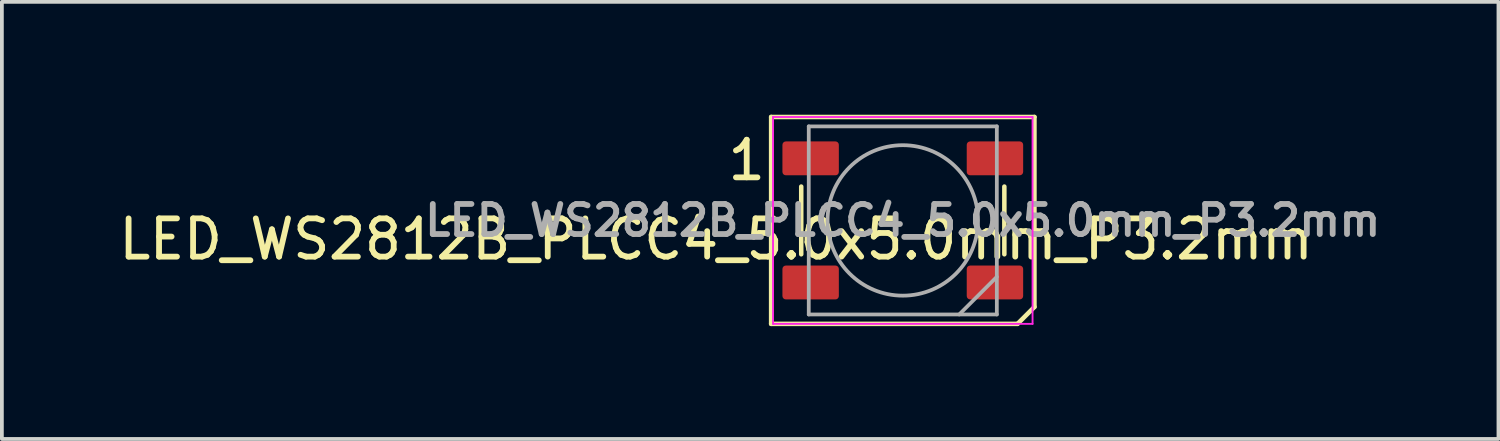
<source format=kicad_pcb>
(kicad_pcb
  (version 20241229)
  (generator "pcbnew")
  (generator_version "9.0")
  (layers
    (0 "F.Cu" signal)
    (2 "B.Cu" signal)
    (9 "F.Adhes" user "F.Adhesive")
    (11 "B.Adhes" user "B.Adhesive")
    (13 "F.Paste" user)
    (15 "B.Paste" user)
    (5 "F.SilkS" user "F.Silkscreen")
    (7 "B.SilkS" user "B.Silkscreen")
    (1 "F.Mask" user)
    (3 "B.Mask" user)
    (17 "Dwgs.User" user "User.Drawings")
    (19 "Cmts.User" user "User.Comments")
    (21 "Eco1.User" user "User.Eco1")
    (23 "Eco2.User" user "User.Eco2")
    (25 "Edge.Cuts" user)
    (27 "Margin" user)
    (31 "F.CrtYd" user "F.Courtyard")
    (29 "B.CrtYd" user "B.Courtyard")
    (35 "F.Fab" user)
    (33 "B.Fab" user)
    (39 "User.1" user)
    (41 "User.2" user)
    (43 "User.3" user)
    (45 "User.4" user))
  (footprint "LED_WS2812B_PLCC4_5.0x5.0mm_P3.2mm"
    (layer "F.Cu")
    (at 20.951 2.81)
    (property "Reference" "LED_WS2812B_PLCC4_5.0x5.0mm_P3.2mm" (at -4.963 0.5 180) (layer "F.SilkS") (effects (font (size 1.016 1) (thickness 0.154))))
    (attr smd)
    (fp_line (start -3.5 -2.75) (end -3.5 2.75) (stroke (width 0.12) (type default)) (layer "F.SilkS"))
    (fp_line (start -3.5 -2.75) (end 3.5 -2.75) (stroke (width 0.12) (type solid)) (layer "F.SilkS"))
    (fp_line (start -3.5 2.75) (end 3.05 2.75) (stroke (width 0.12) (type solid)) (layer "F.SilkS"))
    (fp_line (start -2.7 0.9) (end -2.7 -0.9) (stroke (width 0.12) (type default)) (layer "F.SilkS"))
    (fp_line (start 2.7 0.9) (end 2.7 -0.9) (stroke (width 0.12) (type default)) (layer "F.SilkS"))
    (fp_line (start 3.05 2.75) (end 3.5 2.3) (stroke (width 0.12) (type default)) (layer "F.SilkS"))
    (fp_line (start 3.5 2.3) (end 3.5 -2.75) (stroke (width 0.12) (type default)) (layer "F.SilkS"))
    (fp_line (start -3.45 -2.75) (end -3.45 2.75) (stroke (width 0.05) (type solid)) (layer "F.CrtYd"))
    (fp_line (start -3.45 2.75) (end 3.45 2.75) (stroke (width 0.05) (type solid)) (layer "F.CrtYd"))
    (fp_line (start 3.45 -2.75) (end -3.45 -2.75) (stroke (width 0.05) (type solid)) (layer "F.CrtYd"))
    (fp_line (start 3.45 2.75) (end 3.45 -2.75) (stroke (width 0.05) (type solid)) (layer "F.CrtYd"))
    (fp_line (start -2.5 -2.5) (end -2.5 2.5) (stroke (width 0.1) (type solid)) (layer "F.Fab"))
    (fp_line (start -2.5 2.5) (end 2.5 2.5) (stroke (width 0.1) (type solid)) (layer "F.Fab"))
    (fp_line (start 2.5 -2.5) (end -2.5 -2.5) (stroke (width 0.1) (type solid)) (layer "F.Fab"))
    (fp_line (start 2.5 1.5) (end 1.5 2.5) (stroke (width 0.1) (type solid)) (layer "F.Fab"))
    (fp_line (start 2.5 2.5) (end 2.5 -2.5) (stroke (width 0.1) (type solid)) (layer "F.Fab"))
    (fp_circle (center 0 0) (end 0 -2) (stroke (width 0.1) (type solid)) (fill no) (layer "F.Fab"))
    (fp_text user "1" (at -4.15 -1.6 180) (layer "F.SilkS") (effects (font (size 1 1) (thickness 0.154))))
    (fp_text user "${REFERENCE}" (at 0 0 180) (layer "F.Fab") (effects (font (size 0.8 0.8) (thickness 0.154))))
    (pad "1" smd roundrect (at -2.45 -1.65) (size 1.5 0.9) (layers "F.Cu" "F.Mask" "F.Paste") (roundrect_rratio 0.1))
    (pad "2" smd roundrect (at -2.45 1.65) (size 1.5 0.9) (layers "F.Cu" "F.Mask" "F.Paste") (roundrect_rratio 0.1))
    (pad "3" smd roundrect (at 2.45 1.65) (size 1.5 0.9) (layers "F.Cu" "F.Mask" "F.Paste") (roundrect_rratio 0.1))
    (pad "4" smd roundrect (at 2.45 -1.65) (size 1.5 0.9) (layers "F.Cu" "F.Mask" "F.Paste") (roundrect_rratio 0.1)))
  (gr_rect
    (start -3 -3)
    (end 36.787 8.62)
    (stroke (width 0.1) (type default))
    (fill no)
    (layer "Edge.Cuts")))
</source>
